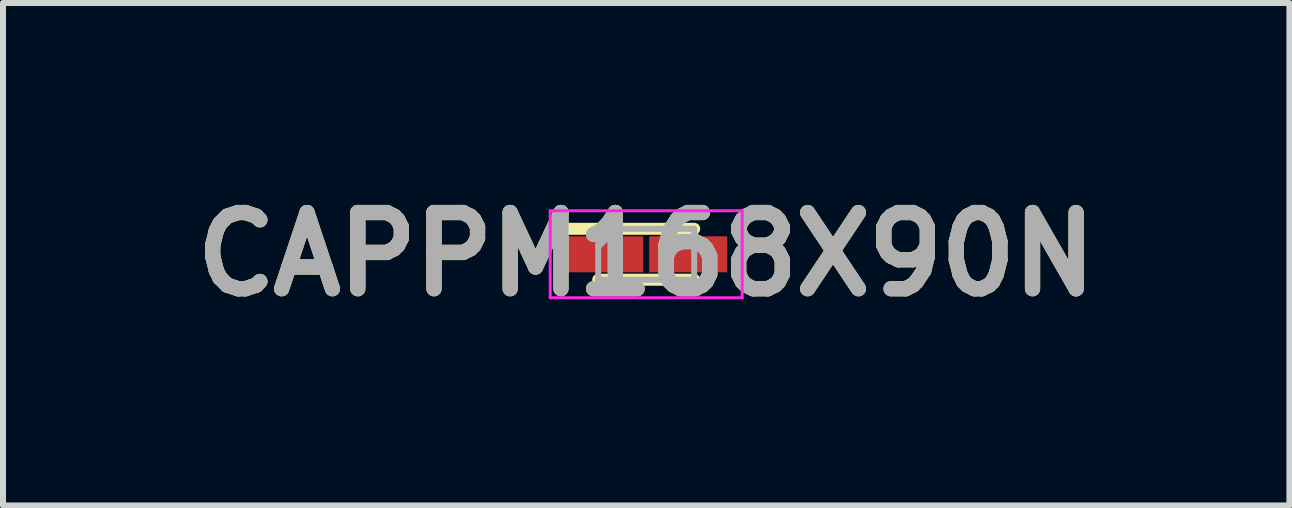
<source format=kicad_pcb>
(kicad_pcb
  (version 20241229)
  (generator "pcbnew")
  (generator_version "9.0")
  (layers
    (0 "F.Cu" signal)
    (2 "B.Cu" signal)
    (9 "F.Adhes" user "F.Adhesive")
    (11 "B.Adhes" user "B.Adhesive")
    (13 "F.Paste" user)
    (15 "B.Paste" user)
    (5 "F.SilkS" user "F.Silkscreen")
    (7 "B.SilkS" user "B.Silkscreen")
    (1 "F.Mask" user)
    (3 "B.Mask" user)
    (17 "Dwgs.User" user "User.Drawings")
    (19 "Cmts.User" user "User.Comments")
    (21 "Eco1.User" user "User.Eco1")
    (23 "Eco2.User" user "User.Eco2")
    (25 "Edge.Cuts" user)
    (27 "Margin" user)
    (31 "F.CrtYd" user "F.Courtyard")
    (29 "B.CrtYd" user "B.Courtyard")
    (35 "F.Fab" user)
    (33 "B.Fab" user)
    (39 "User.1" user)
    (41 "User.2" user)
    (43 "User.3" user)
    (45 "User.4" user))
  (footprint "CAPPM168X90N"
    (layer "F.Cu")
    (at 7.723 1.189)
    (property "Reference" "CAPPM168X90N" (at 0 0 0) (layer "F.SilkS") (effects (font (size 1.27 1.27) (thickness 0.254))))
    (attr smd)
    (fp_line (start -0.8 0.425) (end 0.8 0.425) (stroke (width 0.2) (type solid)) (layer "F.SilkS"))
    (fp_line (start 0.8 -0.425) (end -1.35 -0.425) (stroke (width 0.2) (type solid)) (layer "F.SilkS"))
    (fp_line (start -1.6 -0.725) (end 1.6 -0.725) (stroke (width 0.05) (type solid)) (layer "F.CrtYd"))
    (fp_line (start -1.6 0.725) (end -1.6 -0.725) (stroke (width 0.05) (type solid)) (layer "F.CrtYd"))
    (fp_line (start 1.6 -0.725) (end 1.6 0.725) (stroke (width 0.05) (type solid)) (layer "F.CrtYd"))
    (fp_line (start 1.6 0.725) (end -1.6 0.725) (stroke (width 0.05) (type solid)) (layer "F.CrtYd"))
    (fp_line (start -0.8 -0.425) (end 0.8 -0.425) (stroke (width 0.1) (type solid)) (layer "F.Fab"))
    (fp_line (start -0.8 -0.125) (end -0.5 -0.425) (stroke (width 0.1) (type solid)) (layer "F.Fab"))
    (fp_line (start -0.8 0.425) (end -0.8 -0.425) (stroke (width 0.1) (type solid)) (layer "F.Fab"))
    (fp_line (start 0.8 -0.425) (end 0.8 0.425) (stroke (width 0.1) (type solid)) (layer "F.Fab"))
    (fp_line (start 0.8 0.425) (end -0.8 0.425) (stroke (width 0.1) (type solid)) (layer "F.Fab"))
    (fp_text user "${REFERENCE}" (at 0 0 0) (layer "F.Fab") (effects (font (size 1.27 1.27) (thickness 0.254))))
    (pad "1" smd rect (at -0.7 0 90) (size 0.6 1.3) (layers "F.Cu" "F.Mask" "F.Paste"))
    (pad "2" smd rect (at 0.7 0 90) (size 0.6 1.3) (layers "F.Cu" "F.Mask" "F.Paste")))
  (gr_rect
    (start -3 -3)
    (end 18.446 5.377)
    (stroke (width 0.1) (type default))
    (fill no)
    (layer "Edge.Cuts")))
</source>
